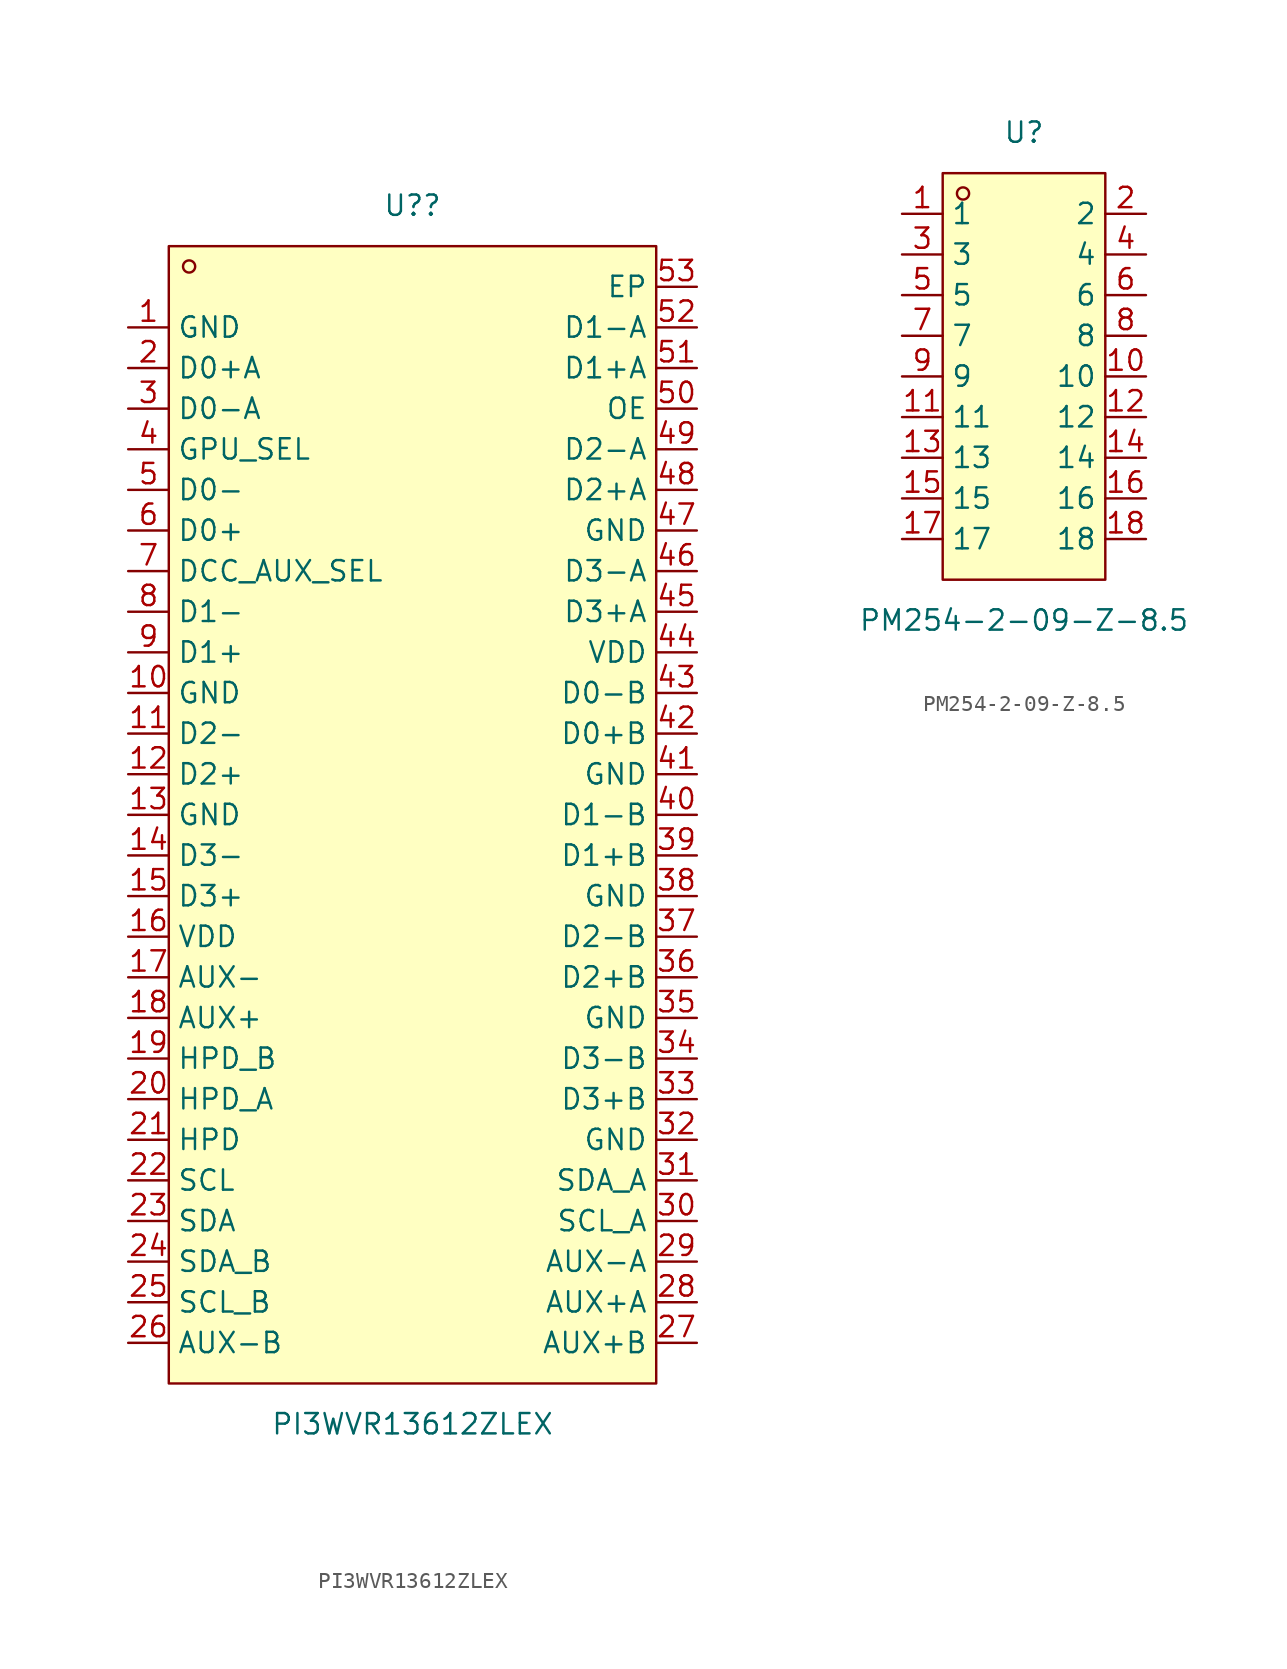
<source format=kicad_sym>
(kicad_symbol_lib
  (version 20211014)
  (generator https://github.com/uPesy/easyeda2kicad.py)
  (symbol "PI3WVR13612ZLEX"
    (property "Reference" "U?"
      (at 0 38.10 0)
      (effects (font (size 1.27 1.27))))
    (property "Value" "PI3WVR13612ZLEX"
      (at 0 -38.10 0)
      (effects (font (size 1.27 1.27))))
    (symbol "PI3WVR13612ZLEX_0_1"
      (rectangle (start -15.24 35.56) (end 15.24 -35.56) (stroke (width 0) (type default) (color 0 0 0 0)) (fill (type background)))
      (circle (center -13.97 34.29) (radius 0.38) (stroke (width 0) (type default) (color 0 0 0 0)) (fill (type none)))
      (pin unspecified line (at -17.78 30.48 0) (length 2.54) (name "GND" (effects (font (size 1.27 1.27)))) (number "1" (effects (font (size 1.27 1.27)))))
      (pin unspecified line (at -17.78 27.94 0) (length 2.54) (name "D0+A" (effects (font (size 1.27 1.27)))) (number "2" (effects (font (size 1.27 1.27)))))
      (pin unspecified line (at -17.78 25.40 0) (length 2.54) (name "D0-A" (effects (font (size 1.27 1.27)))) (number "3" (effects (font (size 1.27 1.27)))))
      (pin unspecified line (at -17.78 22.86 0) (length 2.54) (name "GPU_SEL" (effects (font (size 1.27 1.27)))) (number "4" (effects (font (size 1.27 1.27)))))
      (pin unspecified line (at -17.78 20.32 0) (length 2.54) (name "D0-" (effects (font (size 1.27 1.27)))) (number "5" (effects (font (size 1.27 1.27)))))
      (pin unspecified line (at -17.78 17.78 0) (length 2.54) (name "D0+" (effects (font (size 1.27 1.27)))) (number "6" (effects (font (size 1.27 1.27)))))
      (pin unspecified line (at -17.78 15.24 0) (length 2.54) (name "DCC_AUX_SEL" (effects (font (size 1.27 1.27)))) (number "7" (effects (font (size 1.27 1.27)))))
      (pin unspecified line (at -17.78 12.70 0) (length 2.54) (name "D1-" (effects (font (size 1.27 1.27)))) (number "8" (effects (font (size 1.27 1.27)))))
      (pin unspecified line (at -17.78 10.16 0) (length 2.54) (name "D1+" (effects (font (size 1.27 1.27)))) (number "9" (effects (font (size 1.27 1.27)))))
      (pin unspecified line (at -17.78 7.62 0) (length 2.54) (name "GND" (effects (font (size 1.27 1.27)))) (number "10" (effects (font (size 1.27 1.27)))))
      (pin unspecified line (at -17.78 5.08 0) (length 2.54) (name "D2-" (effects (font (size 1.27 1.27)))) (number "11" (effects (font (size 1.27 1.27)))))
      (pin unspecified line (at -17.78 2.54 0) (length 2.54) (name "D2+" (effects (font (size 1.27 1.27)))) (number "12" (effects (font (size 1.27 1.27)))))
      (pin unspecified line (at -17.78 -0.00 0) (length 2.54) (name "GND" (effects (font (size 1.27 1.27)))) (number "13" (effects (font (size 1.27 1.27)))))
      (pin unspecified line (at -17.78 -2.54 0) (length 2.54) (name "D3-" (effects (font (size 1.27 1.27)))) (number "14" (effects (font (size 1.27 1.27)))))
      (pin unspecified line (at -17.78 -5.08 0) (length 2.54) (name "D3+" (effects (font (size 1.27 1.27)))) (number "15" (effects (font (size 1.27 1.27)))))
      (pin unspecified line (at -17.78 -7.62 0) (length 2.54) (name "VDD" (effects (font (size 1.27 1.27)))) (number "16" (effects (font (size 1.27 1.27)))))
      (pin unspecified line (at -17.78 -10.16 0) (length 2.54) (name "AUX-" (effects (font (size 1.27 1.27)))) (number "17" (effects (font (size 1.27 1.27)))))
      (pin unspecified line (at -17.78 -12.70 0) (length 2.54) (name "AUX+" (effects (font (size 1.27 1.27)))) (number "18" (effects (font (size 1.27 1.27)))))
      (pin unspecified line (at -17.78 -15.24 0) (length 2.54) (name "HPD_B" (effects (font (size 1.27 1.27)))) (number "19" (effects (font (size 1.27 1.27)))))
      (pin unspecified line (at -17.78 -17.78 0) (length 2.54) (name "HPD_A" (effects (font (size 1.27 1.27)))) (number "20" (effects (font (size 1.27 1.27)))))
      (pin unspecified line (at -17.78 -20.32 0) (length 2.54) (name "HPD" (effects (font (size 1.27 1.27)))) (number "21" (effects (font (size 1.27 1.27)))))
      (pin unspecified line (at -17.78 -22.86 0) (length 2.54) (name "SCL" (effects (font (size 1.27 1.27)))) (number "22" (effects (font (size 1.27 1.27)))))
      (pin unspecified line (at -17.78 -25.40 0) (length 2.54) (name "SDA" (effects (font (size 1.27 1.27)))) (number "23" (effects (font (size 1.27 1.27)))))
      (pin unspecified line (at -17.78 -27.94 0) (length 2.54) (name "SDA_B" (effects (font (size 1.27 1.27)))) (number "24" (effects (font (size 1.27 1.27)))))
      (pin unspecified line (at -17.78 -30.48 0) (length 2.54) (name "SCL_B" (effects (font (size 1.27 1.27)))) (number "25" (effects (font (size 1.27 1.27)))))
      (pin unspecified line (at -17.78 -33.02 0) (length 2.54) (name "AUX-B" (effects (font (size 1.27 1.27)))) (number "26" (effects (font (size 1.27 1.27)))))
      (pin unspecified line (at 17.78 -33.02 180) (length 2.54) (name "AUX+B" (effects (font (size 1.27 1.27)))) (number "27" (effects (font (size 1.27 1.27)))))
      (pin unspecified line (at 17.78 -30.48 180) (length 2.54) (name "AUX+A" (effects (font (size 1.27 1.27)))) (number "28" (effects (font (size 1.27 1.27)))))
      (pin unspecified line (at 17.78 -27.94 180) (length 2.54) (name "AUX-A" (effects (font (size 1.27 1.27)))) (number "29" (effects (font (size 1.27 1.27)))))
      (pin unspecified line (at 17.78 -25.40 180) (length 2.54) (name "SCL_A" (effects (font (size 1.27 1.27)))) (number "30" (effects (font (size 1.27 1.27)))))
      (pin unspecified line (at 17.78 -22.86 180) (length 2.54) (name "SDA_A" (effects (font (size 1.27 1.27)))) (number "31" (effects (font (size 1.27 1.27)))))
      (pin unspecified line (at 17.78 -20.32 180) (length 2.54) (name "GND" (effects (font (size 1.27 1.27)))) (number "32" (effects (font (size 1.27 1.27)))))
      (pin unspecified line (at 17.78 -17.78 180) (length 2.54) (name "D3+B" (effects (font (size 1.27 1.27)))) (number "33" (effects (font (size 1.27 1.27)))))
      (pin unspecified line (at 17.78 -15.24 180) (length 2.54) (name "D3-B" (effects (font (size 1.27 1.27)))) (number "34" (effects (font (size 1.27 1.27)))))
      (pin unspecified line (at 17.78 -12.70 180) (length 2.54) (name "GND" (effects (font (size 1.27 1.27)))) (number "35" (effects (font (size 1.27 1.27)))))
      (pin unspecified line (at 17.78 -10.16 180) (length 2.54) (name "D2+B" (effects (font (size 1.27 1.27)))) (number "36" (effects (font (size 1.27 1.27)))))
      (pin unspecified line (at 17.78 -7.62 180) (length 2.54) (name "D2-B" (effects (font (size 1.27 1.27)))) (number "37" (effects (font (size 1.27 1.27)))))
      (pin unspecified line (at 17.78 -5.08 180) (length 2.54) (name "GND" (effects (font (size 1.27 1.27)))) (number "38" (effects (font (size 1.27 1.27)))))
      (pin unspecified line (at 17.78 -2.54 180) (length 2.54) (name "D1+B" (effects (font (size 1.27 1.27)))) (number "39" (effects (font (size 1.27 1.27)))))
      (pin unspecified line (at 17.78 -0.00 180) (length 2.54) (name "D1-B" (effects (font (size 1.27 1.27)))) (number "40" (effects (font (size 1.27 1.27)))))
      (pin unspecified line (at 17.78 2.54 180) (length 2.54) (name "GND" (effects (font (size 1.27 1.27)))) (number "41" (effects (font (size 1.27 1.27)))))
      (pin unspecified line (at 17.78 5.08 180) (length 2.54) (name "D0+B" (effects (font (size 1.27 1.27)))) (number "42" (effects (font (size 1.27 1.27)))))
      (pin unspecified line (at 17.78 7.62 180) (length 2.54) (name "D0-B" (effects (font (size 1.27 1.27)))) (number "43" (effects (font (size 1.27 1.27)))))
      (pin unspecified line (at 17.78 10.16 180) (length 2.54) (name "VDD" (effects (font (size 1.27 1.27)))) (number "44" (effects (font (size 1.27 1.27)))))
      (pin unspecified line (at 17.78 12.70 180) (length 2.54) (name "D3+A" (effects (font (size 1.27 1.27)))) (number "45" (effects (font (size 1.27 1.27)))))
      (pin unspecified line (at 17.78 15.24 180) (length 2.54) (name "D3-A" (effects (font (size 1.27 1.27)))) (number "46" (effects (font (size 1.27 1.27)))))
      (pin unspecified line (at 17.78 17.78 180) (length 2.54) (name "GND" (effects (font (size 1.27 1.27)))) (number "47" (effects (font (size 1.27 1.27)))))
      (pin unspecified line (at 17.78 20.32 180) (length 2.54) (name "D2+A" (effects (font (size 1.27 1.27)))) (number "48" (effects (font (size 1.27 1.27)))))
      (pin unspecified line (at 17.78 22.86 180) (length 2.54) (name "D2-A" (effects (font (size 1.27 1.27)))) (number "49" (effects (font (size 1.27 1.27)))))
      (pin unspecified line (at 17.78 25.40 180) (length 2.54) (name "OE" (effects (font (size 1.27 1.27)))) (number "50" (effects (font (size 1.27 1.27)))))
      (pin unspecified line (at 17.78 27.94 180) (length 2.54) (name "D1+A" (effects (font (size 1.27 1.27)))) (number "51" (effects (font (size 1.27 1.27)))))
      (pin unspecified line (at 17.78 30.48 180) (length 2.54) (name "D1-A" (effects (font (size 1.27 1.27)))) (number "52" (effects (font (size 1.27 1.27)))))
      (pin unspecified line (at 17.78 33.02 180) (length 2.54) (name "EP" (effects (font (size 1.27 1.27)))) (number "53" (effects (font (size 1.27 1.27)))))))
  (symbol "PM254-2-09-Z-8.5"
    (property "Reference" "U"
      (at 0 15.24 0)
      (effects (font (size 1.27 1.27))))
    (property "Value" "PM254-2-09-Z-8.5"
      (at 0 -15.24 0)
      (effects (font (size 1.27 1.27))))
    (symbol "PM254-2-09-Z-8.5_0_1"
      (rectangle (start -5.08 12.70) (end 5.08 -12.70) (stroke (width 0) (type default) (color 0 0 0 0)) (fill (type background)))
      (circle (center -3.81 11.43) (radius 0.38) (stroke (width 0) (type default) (color 0 0 0 0)) (fill (type none)))
      (pin unspecified line (at -7.62 10.16 0) (length 2.54) (name "1" (effects (font (size 1.27 1.27)))) (number "1" (effects (font (size 1.27 1.27)))))
      (pin unspecified line (at 7.62 -10.16 180) (length 2.54) (name "18" (effects (font (size 1.27 1.27)))) (number "18" (effects (font (size 1.27 1.27)))))
      (pin unspecified line (at -7.62 7.62 0) (length 2.54) (name "3" (effects (font (size 1.27 1.27)))) (number "3" (effects (font (size 1.27 1.27)))))
      (pin unspecified line (at 7.62 -7.62 180) (length 2.54) (name "16" (effects (font (size 1.27 1.27)))) (number "16" (effects (font (size 1.27 1.27)))))
      (pin unspecified line (at -7.62 5.08 0) (length 2.54) (name "5" (effects (font (size 1.27 1.27)))) (number "5" (effects (font (size 1.27 1.27)))))
      (pin unspecified line (at 7.62 -5.08 180) (length 2.54) (name "14" (effects (font (size 1.27 1.27)))) (number "14" (effects (font (size 1.27 1.27)))))
      (pin unspecified line (at -7.62 2.54 0) (length 2.54) (name "7" (effects (font (size 1.27 1.27)))) (number "7" (effects (font (size 1.27 1.27)))))
      (pin unspecified line (at 7.62 -2.54 180) (length 2.54) (name "12" (effects (font (size 1.27 1.27)))) (number "12" (effects (font (size 1.27 1.27)))))
      (pin unspecified line (at -7.62 -0.00 0) (length 2.54) (name "9" (effects (font (size 1.27 1.27)))) (number "9" (effects (font (size 1.27 1.27)))))
      (pin unspecified line (at 7.62 -0.00 180) (length 2.54) (name "10" (effects (font (size 1.27 1.27)))) (number "10" (effects (font (size 1.27 1.27)))))
      (pin unspecified line (at -7.62 -2.54 0) (length 2.54) (name "11" (effects (font (size 1.27 1.27)))) (number "11" (effects (font (size 1.27 1.27)))))
      (pin unspecified line (at 7.62 2.54 180) (length 2.54) (name "8" (effects (font (size 1.27 1.27)))) (number "8" (effects (font (size 1.27 1.27)))))
      (pin unspecified line (at -7.62 -5.08 0) (length 2.54) (name "13" (effects (font (size 1.27 1.27)))) (number "13" (effects (font (size 1.27 1.27)))))
      (pin unspecified line (at 7.62 5.08 180) (length 2.54) (name "6" (effects (font (size 1.27 1.27)))) (number "6" (effects (font (size 1.27 1.27)))))
      (pin unspecified line (at -7.62 -7.62 0) (length 2.54) (name "15" (effects (font (size 1.27 1.27)))) (number "15" (effects (font (size 1.27 1.27)))))
      (pin unspecified line (at 7.62 7.62 180) (length 2.54) (name "4" (effects (font (size 1.27 1.27)))) (number "4" (effects (font (size 1.27 1.27)))))
      (pin unspecified line (at -7.62 -10.16 0) (length 2.54) (name "17" (effects (font (size 1.27 1.27)))) (number "17" (effects (font (size 1.27 1.27)))))
      (pin unspecified line (at 7.62 10.16 180) (length 2.54) (name "2" (effects (font (size 1.27 1.27)))) (number "2" (effects (font (size 1.27 1.27))))))))
</source>
